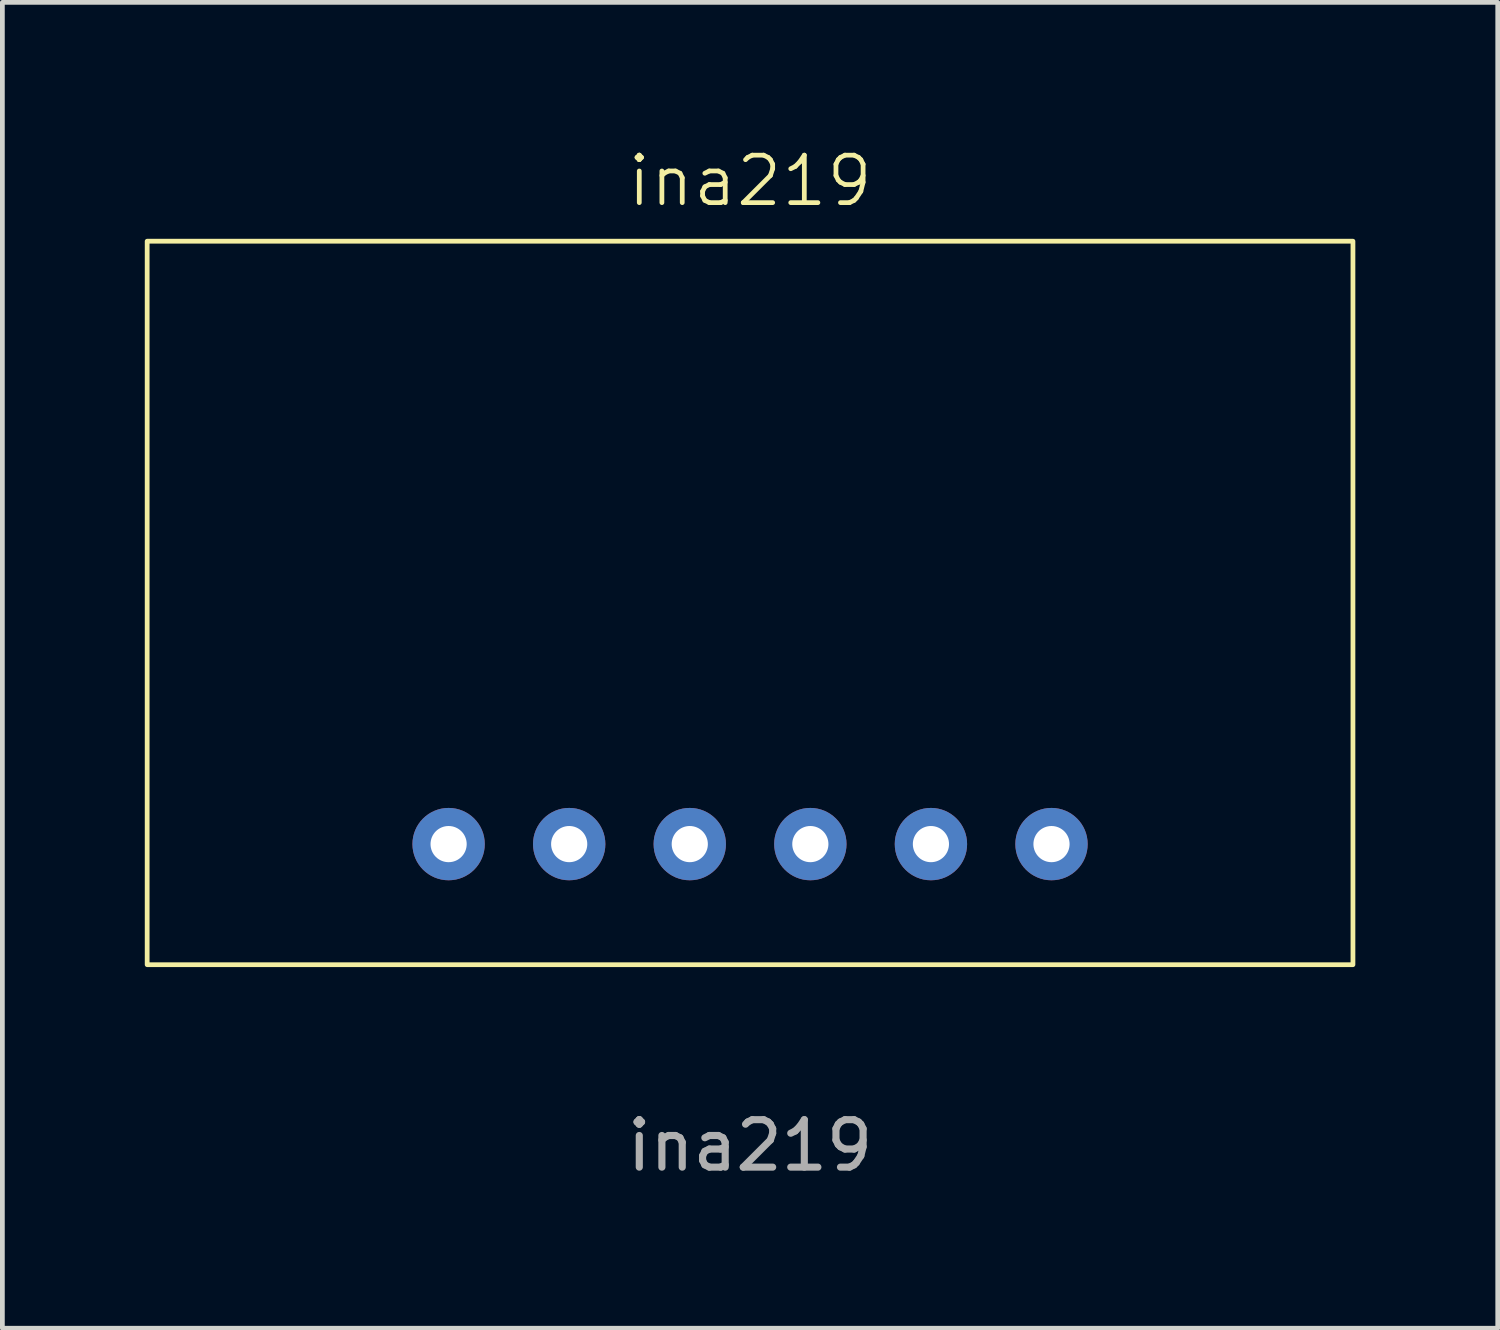
<source format=kicad_pcb>
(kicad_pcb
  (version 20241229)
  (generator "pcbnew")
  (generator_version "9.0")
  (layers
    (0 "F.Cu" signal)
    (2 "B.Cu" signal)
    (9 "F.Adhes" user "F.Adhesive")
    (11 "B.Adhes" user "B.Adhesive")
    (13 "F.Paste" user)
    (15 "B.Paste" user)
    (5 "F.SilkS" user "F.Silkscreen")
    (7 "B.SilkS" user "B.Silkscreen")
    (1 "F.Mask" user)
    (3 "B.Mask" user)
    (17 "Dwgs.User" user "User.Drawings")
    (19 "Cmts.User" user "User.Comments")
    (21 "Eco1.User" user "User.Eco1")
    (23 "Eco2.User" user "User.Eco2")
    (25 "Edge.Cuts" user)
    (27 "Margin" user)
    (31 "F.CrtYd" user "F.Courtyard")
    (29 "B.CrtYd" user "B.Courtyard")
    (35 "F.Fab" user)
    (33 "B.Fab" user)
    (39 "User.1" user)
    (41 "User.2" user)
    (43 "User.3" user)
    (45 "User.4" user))
  (footprint "ina219"
    (layer "F.Cu")
    (at 12.75 10.921)
    (property "Reference" "ina219" (at 0 -10.16 0) (unlocked yes) (layer "F.SilkS") (effects (font (size 1 1) (thickness 0.1))))
    (attr through_hole)
    (fp_rect (start -12.7 -8.89) (end 12.7 6.35) (stroke (width 0.1) (type default)) (fill no) (layer "F.SilkS"))
    (fp_text user "${REFERENCE}" (at 0 10.16 0) (unlocked yes) (layer "F.Fab") (effects (font (size 1 1) (thickness 0.15))))
    (pad "1" thru_hole circle (at -6.35 3.81) (size 1.524 1.524) (drill 0.762) (layers "*.Cu" "*.Mask"))
    (pad "2" thru_hole circle (at -3.81 3.81) (size 1.524 1.524) (drill 0.762) (layers "*.Cu" "*.Mask"))
    (pad "3" thru_hole circle (at -1.27 3.81) (size 1.524 1.524) (drill 0.762) (layers "*.Cu" "*.Mask"))
    (pad "4" thru_hole circle (at 1.27 3.81) (size 1.524 1.524) (drill 0.762) (layers "*.Cu" "*.Mask"))
    (pad "5" thru_hole circle (at 3.81 3.81) (size 1.524 1.524) (drill 0.762) (layers "*.Cu" "*.Mask"))
    (pad "6" thru_hole circle (at 6.35 3.81) (size 1.524 1.524) (drill 0.762) (layers "*.Cu" "*.Mask")))
  (gr_rect
    (start -3 -3)
    (end 28.5 24.929)
    (stroke (width 0.1) (type default))
    (fill no)
    (layer "Edge.Cuts")))
</source>
